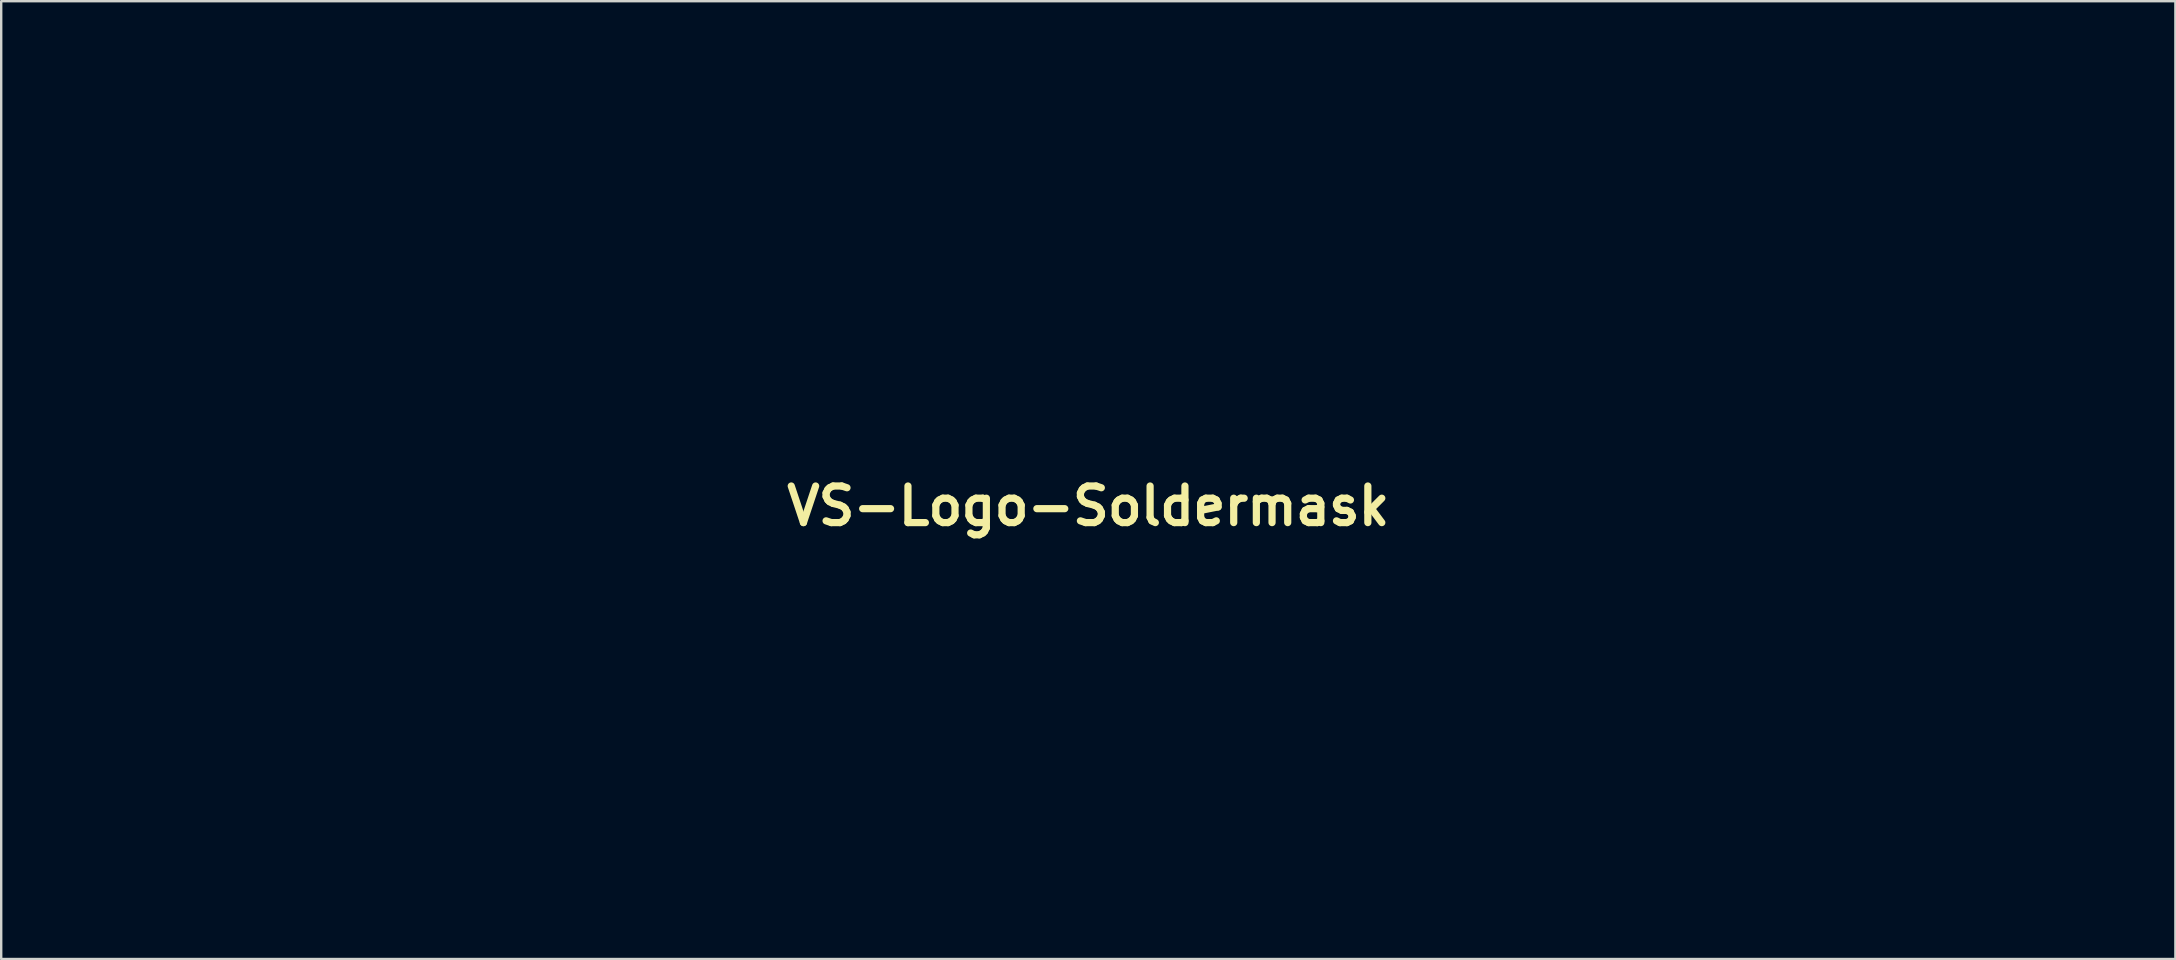
<source format=kicad_pcb>
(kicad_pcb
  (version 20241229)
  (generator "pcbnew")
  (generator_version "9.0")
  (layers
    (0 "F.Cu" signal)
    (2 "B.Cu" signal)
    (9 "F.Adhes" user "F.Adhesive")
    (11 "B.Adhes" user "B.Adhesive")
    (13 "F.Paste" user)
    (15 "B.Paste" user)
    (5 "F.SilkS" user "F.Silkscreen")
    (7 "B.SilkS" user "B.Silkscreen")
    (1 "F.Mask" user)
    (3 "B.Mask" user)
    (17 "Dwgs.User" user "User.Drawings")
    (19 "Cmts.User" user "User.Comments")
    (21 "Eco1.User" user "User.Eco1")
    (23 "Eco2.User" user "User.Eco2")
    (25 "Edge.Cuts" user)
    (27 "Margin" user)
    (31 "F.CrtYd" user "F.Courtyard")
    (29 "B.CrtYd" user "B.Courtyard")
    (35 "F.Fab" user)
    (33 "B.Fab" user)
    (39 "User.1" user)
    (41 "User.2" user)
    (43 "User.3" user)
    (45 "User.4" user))
  (footprint "VS-Logo-Soldermask"
    (layer "F.Cu")
    (at 42.287 18.032)
    (property "Reference" "VS-Logo-Soldermask" (at 0 0 0) (layer "F.SilkS") (effects (font (size 1.524 1.524) (thickness 0.3))))
    (attr through_hole)
    (fp_poly (pts (xy -22.975 13.574) (xy -23.148 14.518) (xy -23.539 15.461) (xy -23.934 15.791) (xy -24.233 15.497) (xy -24.342 14.659) (xy -24.185 13.616) (xy -23.797 13.175) (xy -23.179 13.11) (xy -22.975 13.574)) (stroke (width 0.01) (type solid)) (fill yes) (layer "F.Mask"))
    (fp_poly (pts (xy 20.417 13.574) (xy 20.244 14.518) (xy 19.853 15.461) (xy 19.458 15.791) (xy 19.158 15.497) (xy 19.05 14.659) (xy 19.206 13.616) (xy 19.594 13.175) (xy 20.213 13.11) (xy 20.417 13.574)) (stroke (width 0.01) (type solid)) (fill yes) (layer "F.Mask"))
    (fp_poly (pts (xy 28.56 4.875) (xy 28.741 5.551) (xy 28.67 5.909) (xy 28.249 6.307) (xy 27.663 6.245) (xy 27.298 5.838) (xy 27.282 5.089) (xy 27.754 4.63) (xy 28.029 4.586) (xy 28.56 4.875)) (stroke (width 0.01) (type solid)) (fill yes) (layer "F.Mask"))
    (fp_poly (pts (xy 32.792 6.114) (xy 33.086 6.749) (xy 32.954 7.306) (xy 32.331 7.947) (xy 31.666 7.893) (xy 31.246 7.56) (xy 30.805 6.841) (xy 31.052 6.203) (xy 31.5 5.852) (xy 32.192 5.743) (xy 32.792 6.114)) (stroke (width 0.01) (type solid)) (fill yes) (layer "F.Mask"))
    (fp_poly (pts (xy -0.643 13.117) (xy -0.567 13.435) (xy -0.785 14.193) (xy -0.841 14.356) (xy -1.274 15.309) (xy -1.693 15.765) (xy -2.005 15.674) (xy -2.117 15.051) (xy -1.951 13.788) (xy -1.451 13.144) (xy -1.039 13.053) (xy -0.643 13.117)) (stroke (width 0.01) (type solid)) (fill yes) (layer "F.Mask"))
    (fp_poly (pts (xy 29.603 9.751) (xy 30.054 10.323) (xy 30.041 11.055) (xy 29.784 11.441) (xy 29.306 11.889) (xy 28.971 11.905) (xy 28.428 11.53) (xy 27.96 10.865) (xy 28.025 10.15) (xy 28.566 9.657) (xy 28.819 9.592) (xy 29.603 9.751)) (stroke (width 0.01) (type solid)) (fill yes) (layer "F.Mask"))
    (fp_poly (pts (xy -28.928 13.152) (xy -29.206 14.165) (xy -29.945 14.746) (xy -30.998 14.825) (xy -31.838 14.548) (xy -32.587 13.966) (xy -32.808 13.086) (xy -32.808 13.034) (xy -32.774 12.439) (xy -32.556 12.13) (xy -31.981 12.013) (xy -30.874 11.994) (xy -28.928 11.994) (xy -28.928 13.152)) (stroke (width 0.01) (type solid)) (fill yes) (layer "F.Mask"))
    (fp_poly (pts (xy -9.865 7.945) (xy -8.117 9.726) (xy -6.869 11.1) (xy -6.085 12.124) (xy -5.733 12.852) (xy -5.776 13.34) (xy -6.182 13.642) (xy -6.282 13.679) (xy -6.671 13.491) (xy -7.464 12.878) (xy -8.572 11.915) (xy -9.905 10.681) (xy -11.137 9.487) (xy -15.531 5.143) (xy -14.107 3.719) (xy -9.865 7.945)) (stroke (width 0.01) (type solid)) (fill yes) (layer "F.Mask"))
    (fp_poly (pts (xy 12.456 5.745) (xy 12.625 6.086) (xy 12.478 6.689) (xy 11.898 6.983) (xy 11.121 6.876) (xy 10.894 6.758) (xy 9.96 6.352) (xy 9.393 6.543) (xy 9.176 7.34) (xy 9.172 7.514) (xy 9.289 8.444) (xy 9.571 9.076) (xy 9.581 9.087) (xy 9.798 9.576) (xy 9.537 10.039) (xy 9.046 10.49) (xy 8.819 10.583) (xy 8.4 10.343) (xy 8.101 10.039) (xy 7.837 9.473) (xy 8.058 9.087) (xy 8.326 8.486) (xy 8.462 7.53) (xy 8.467 7.327) (xy 8.521 6.475) (xy 8.787 5.974) (xy 9.417 5.715) (xy 10.564 5.586) (xy 10.923 5.563) (xy 11.944 5.559) (xy 12.456 5.745)) (stroke (width 0.01) (type solid)) (fill yes) (layer "F.Mask"))
    (fp_poly (pts (xy -12.2 0.456) (xy -11.994 0.682) (xy -12.284 1.047) (xy -12.644 1.217) (xy -13.264 1.667) (xy -13.773 2.387) (xy -14.317 3.276) (xy -15.02 4.183) (xy -15.717 4.914) (xy -16.24 5.279) (xy -16.311 5.292) (xy -16.726 5.535) (xy -17.333 6.128) (xy -17.398 6.203) (xy -17.95 6.794) (xy -18.304 6.886) (xy -18.718 6.522) (xy -18.795 6.437) (xy -19.197 5.904) (xy -19.095 5.506) (xy -18.7 5.118) (xy -18.17 4.502) (xy -17.992 4.074) (xy -17.74 3.594) (xy -17.101 2.854) (xy -16.248 2.021) (xy -15.352 1.265) (xy -14.587 0.753) (xy -14.575 0.747) (xy -13.738 0.462) (xy -12.862 0.363) (xy -12.2 0.456)) (stroke (width 0.01) (type solid)) (fill yes) (layer "F.Mask"))
    (fp_poly (pts (xy -7.159 0.755) (xy -7.245 1.022) (xy -7.53 1.351) (xy -8.026 2.221) (xy -7.994 2.966) (xy -7.541 3.426) (xy -6.776 3.441) (xy -6.269 3.206) (xy -5.594 2.92) (xy -5.376 3.144) (xy -5.644 3.825) (xy -5.789 4.058) (xy -6.557 4.791) (xy -7.4 5.166) (xy -8.384 5.577) (xy -9.209 6.213) (xy -9.89 6.862) (xy -10.369 6.983) (xy -10.888 6.591) (xy -11.118 6.344) (xy -11.505 5.85) (xy -11.499 5.454) (xy -11.054 4.896) (xy -10.82 4.649) (xy -10.2 3.825) (xy -9.887 3.062) (xy -9.878 2.953) (xy -9.588 2.138) (xy -8.89 1.336) (xy -8.038 0.798) (xy -7.596 0.706) (xy -7.159 0.755)) (stroke (width 0.01) (type solid)) (fill yes) (layer "F.Mask"))
    (fp_poly (pts (xy -18.481 -17.944) (xy -17.731 -17.918) (xy -16.315 -17.839) (xy -15.462 -17.711) (xy -15.03 -17.496) (xy -14.883 -17.198) (xy -14.96 -16.753) (xy -15.527 -16.589) (xy -15.841 -16.581) (xy -16.918 -16.581) (xy -17.014 -9.971) (xy -17.053 -7.645) (xy -17.1 -5.93) (xy -17.164 -4.732) (xy -17.256 -3.958) (xy -17.386 -3.512) (xy -17.563 -3.302) (xy -17.727 -3.242) (xy -17.942 -3.247) (xy -18.1 -3.419) (xy -18.211 -3.846) (xy -18.282 -4.62) (xy -18.322 -5.831) (xy -18.34 -7.57) (xy -18.344 -9.852) (xy -18.344 -16.581) (xy -19.403 -16.581) (xy -20.175 -16.689) (xy -20.449 -17.1) (xy -20.461 -17.301) (xy -20.41 -17.662) (xy -20.159 -17.867) (xy -19.564 -17.951) (xy -18.481 -17.944)) (stroke (width 0.01) (type solid)) (fill yes) (layer "F.Mask"))
    (fp_poly (pts (xy 39.949 -17.92) (xy 41.21 -17.821) (xy 41.918 -17.642) (xy 42.227 -17.337) (xy 42.267 -17.198) (xy 42.233 -16.829) (xy 41.845 -16.643) (xy 40.949 -16.583) (xy 40.595 -16.581) (xy 38.806 -16.581) (xy 38.806 -11.289) (xy 40.393 -11.289) (xy 41.385 -11.243) (xy 41.854 -11.051) (xy 41.98 -10.634) (xy 41.981 -10.583) (xy 41.877 -10.142) (xy 41.445 -9.934) (xy 40.507 -9.878) (xy 40.393 -9.878) (xy 38.806 -9.878) (xy 38.806 -4.586) (xy 40.595 -4.586) (xy 41.657 -4.55) (xy 42.168 -4.404) (xy 42.284 -4.091) (xy 42.267 -3.969) (xy 42.059 -3.61) (xy 41.502 -3.395) (xy 40.443 -3.274) (xy 39.949 -3.246) (xy 37.747 -3.141) (xy 37.747 -18.025) (xy 39.949 -17.92)) (stroke (width 0.01) (type solid)) (fill yes) (layer "F.Mask"))
    (fp_poly (pts (xy -11.982 8.954) (xy -13.223 10.224) (xy -13.949 11.105) (xy -14.396 11.913) (xy -14.464 12.219) (xy -14.763 13.153) (xy -15.515 13.795) (xy -16.501 14.071) (xy -17.501 13.906) (xy -18.113 13.466) (xy -18.615 12.487) (xy -18.606 12.132) (xy -18.088 12.132) (xy -17.776 12.744) (xy -17.55 12.985) (xy -16.697 13.452) (xy -15.856 13.247) (xy -15.332 12.678) (xy -15.234 12.077) (xy -15.319 11.445) (xy -15.777 10.765) (xy -16.53 10.535) (xy -17.326 10.757) (xy -17.905 11.417) (xy -18.088 12.132) (xy -18.606 12.132) (xy -18.588 11.439) (xy -18.114 10.529) (xy -17.275 9.966) (xy -16.71 9.878) (xy -16.063 9.636) (xy -15.22 9.024) (xy -14.818 8.645) (xy -13.623 7.412) (xy -11.982 8.954)) (stroke (width 0.01) (type solid)) (fill yes) (layer "F.Mask"))
    (fp_poly (pts (xy 11.641 0.271) (xy 11.684 0.297) (xy 12.413 0.538) (xy 13.52 0.685) (xy 14.114 0.706) (xy 15.891 0.706) (xy 15.795 6.967) (xy 15.699 13.229) (xy 13.758 13.338) (xy 12.62 13.455) (xy 11.769 13.64) (xy 11.483 13.779) (xy 10.802 14.098) (xy 10.185 13.865) (xy 10.004 13.577) (xy 10.006 12.842) (xy 10.462 12.341) (xy 11.148 12.288) (xy 11.303 12.355) (xy 12.067 12.579) (xy 13.14 12.695) (xy 13.382 12.7) (xy 14.817 12.7) (xy 14.817 1.058) (xy 13.577 1.058) (xy 12.535 1.173) (xy 11.711 1.451) (xy 11.684 1.467) (xy 10.876 1.704) (xy 10.189 1.494) (xy 9.879 0.922) (xy 9.878 0.882) (xy 10.16 0.292) (xy 10.833 0.061) (xy 11.641 0.271)) (stroke (width 0.01) (type solid)) (fill yes) (layer "F.Mask"))
    (fp_poly (pts (xy 19.018 -17.834) (xy 19.619 -17.435) (xy 19.946 -16.656) (xy 20.081 -15.39) (xy 20.108 -13.529) (xy 20.108 -13.464) (xy 20.065 -11.431) (xy 19.939 -10.034) (xy 19.731 -9.302) (xy 19.685 -9.243) (xy 19.099 -8.99) (xy 18.103 -8.839) (xy 17.583 -8.819) (xy 15.905 -8.819) (xy 15.802 -6.089) (xy 15.723 -4.676) (xy 15.596 -3.824) (xy 15.382 -3.392) (xy 15.074 -3.24) (xy 14.866 -3.241) (xy 14.712 -3.393) (xy 14.606 -3.784) (xy 14.541 -4.5) (xy 14.511 -5.627) (xy 14.511 -7.254) (xy 14.532 -9.466) (xy 14.545 -10.468) (xy 14.624 -16.581) (xy 15.875 -16.581) (xy 15.875 -10.231) (xy 18.697 -10.231) (xy 18.697 -16.581) (xy 15.875 -16.581) (xy 14.624 -16.581) (xy 14.64 -17.815) (xy 16.66 -17.921) (xy 18.059 -17.96) (xy 19.018 -17.834)) (stroke (width 0.01) (type solid)) (fill yes) (layer "F.Mask"))
    (fp_poly (pts (xy -30.835 -17.784) (xy -30.109 -17.663) (xy -29.775 -17.411) (xy -29.7 -17.198) (xy -29.734 -16.829) (xy -30.121 -16.643) (xy -31.016 -16.583) (xy -31.371 -16.581) (xy -33.161 -16.581) (xy -33.161 -11.329) (xy -31.662 -11.221) (xy -30.555 -11.008) (xy -30.104 -10.655) (xy -30.31 -10.28) (xy -31.174 -10.001) (xy -31.662 -9.946) (xy -33.161 -9.837) (xy -33.161 -4.586) (xy -31.371 -4.586) (xy -30.31 -4.55) (xy -29.798 -4.404) (xy -29.682 -4.091) (xy -29.699 -3.969) (xy -29.907 -3.611) (xy -30.464 -3.395) (xy -31.521 -3.274) (xy -32.023 -3.246) (xy -33.383 -3.236) (xy -34.151 -3.375) (xy -34.408 -3.609) (xy -34.459 -4.094) (xy -34.495 -5.168) (xy -34.513 -6.713) (xy -34.514 -8.613) (xy -34.495 -10.75) (xy -34.492 -10.947) (xy -34.396 -17.815) (xy -32.108 -17.815) (xy -30.835 -17.784)) (stroke (width 0.01) (type solid)) (fill yes) (layer "F.Mask"))
    (fp_poly (pts (xy 32.456 -17.992) (xy 33.872 -17.895) (xy 34.729 -17.524) (xy 35.154 -16.757) (xy 35.277 -15.473) (xy 35.278 -15.333) (xy 35.23 -14.168) (xy 35.061 -13.569) (xy 34.749 -13.406) (xy 34.4 -13.613) (xy 34.241 -14.32) (xy 34.219 -14.993) (xy 34.219 -16.581) (xy 31.044 -16.581) (xy 31.044 -4.586) (xy 34.219 -4.586) (xy 34.219 -6.35) (xy 34.276 -7.459) (xy 34.472 -8.001) (xy 34.749 -8.114) (xy 35.068 -7.803) (xy 35.26 -7.015) (xy 35.327 -5.967) (xy 35.27 -4.875) (xy 35.09 -3.956) (xy 34.788 -3.427) (xy 34.72 -3.389) (xy 33.88 -3.222) (xy 32.733 -3.174) (xy 31.537 -3.233) (xy 30.55 -3.388) (xy 30.057 -3.598) (xy 29.889 -4.035) (xy 29.767 -4.996) (xy 29.685 -6.531) (xy 29.642 -8.688) (xy 29.633 -10.641) (xy 29.637 -13.093) (xy 29.67 -14.928) (xy 29.767 -16.236) (xy 29.963 -17.106) (xy 30.291 -17.628) (xy 30.785 -17.89) (xy 31.481 -17.981) (xy 32.412 -17.992) (xy 32.456 -17.992)) (stroke (width 0.01) (type solid)) (fill yes) (layer "F.Mask"))
    (fp_poly (pts (xy -10.407 -17.992) (xy -9.419 -17.986) (xy -8.675 -17.911) (xy -8.142 -17.677) (xy -7.785 -17.198) (xy -7.567 -16.386) (xy -7.455 -15.152) (xy -7.414 -13.409) (xy -7.408 -11.068) (xy -7.408 -10.432) (xy -7.415 -8.04) (xy -7.44 -6.261) (xy -7.49 -5.004) (xy -7.572 -4.177) (xy -7.695 -3.688) (xy -7.865 -3.445) (xy -7.966 -3.389) (xy -8.785 -3.228) (xy -9.937 -3.173) (xy -11.175 -3.216) (xy -12.253 -3.346) (xy -12.922 -3.551) (xy -12.982 -3.598) (xy -13.149 -4.035) (xy -13.22 -4.586) (xy -11.994 -4.586) (xy -10.319 -4.586) (xy -8.643 -4.586) (xy -8.712 -10.495) (xy -8.78 -16.404) (xy -10.387 -16.512) (xy -11.994 -16.619) (xy -11.994 -4.586) (xy -13.22 -4.586) (xy -13.272 -4.996) (xy -13.354 -6.531) (xy -13.397 -8.688) (xy -13.406 -10.641) (xy -13.403 -13.093) (xy -13.37 -14.929) (xy -13.272 -16.237) (xy -13.07 -17.108) (xy -12.73 -17.629) (xy -12.215 -17.891) (xy -11.488 -17.982) (xy -10.513 -17.992) (xy -10.407 -17.992)) (stroke (width 0.01) (type solid)) (fill yes) (layer "F.Mask"))
    (fp_poly (pts (xy 9.083 12.434) (xy 9.371 13.029) (xy 9.324 13.519) (xy 8.845 13.992) (xy 8.145 14.092) (xy 7.592 13.769) (xy 7.585 13.758) (xy 7.127 13.543) (xy 6.234 13.418) (xy 5.821 13.406) (xy 4.83 13.48) (xy 4.169 13.666) (xy 4.057 13.758) (xy 3.521 14.095) (xy 2.893 13.941) (xy 2.587 13.555) (xy 2.591 13.386) (xy 2.978 13.386) (xy 3.067 13.533) (xy 3.579 13.747) (xy 3.87 13.37) (xy 3.881 13.229) (xy 8.114 13.229) (xy 8.304 13.699) (xy 8.467 13.758) (xy 8.78 13.473) (xy 8.819 13.229) (xy 8.629 12.76) (xy 8.467 12.7) (xy 8.154 12.986) (xy 8.114 13.229) (xy 3.881 13.229) (xy 3.701 12.76) (xy 3.549 12.7) (xy 3.088 12.933) (xy 2.978 13.386) (xy 2.591 13.386) (xy 2.602 12.905) (xy 2.992 12.357) (xy 3.542 12.115) (xy 3.949 12.274) (xy 4.54 12.532) (xy 5.533 12.683) (xy 5.997 12.7) (xy 7.068 12.612) (xy 7.865 12.392) (xy 8.046 12.274) (xy 8.572 12.115) (xy 9.083 12.434)) (stroke (width 0.01) (type solid)) (fill yes) (layer "F.Mask"))
    (fp_poly (pts (xy -36.463 -17.883) (xy -36.447 -17.479) (xy -36.541 -16.487) (xy -36.73 -15.015) (xy -37 -13.169) (xy -37.337 -11.058) (xy -37.43 -10.502) (xy -37.86 -8.011) (xy -38.21 -6.139) (xy -38.499 -4.807) (xy -38.746 -3.935) (xy -38.972 -3.443) (xy -39.195 -3.253) (xy -39.217 -3.248) (xy -39.734 -3.438) (xy -40.001 -4.126) (xy -40.147 -4.897) (xy -40.384 -6.203) (xy -40.683 -7.886) (xy -41.016 -9.784) (xy -41.356 -11.737) (xy -41.674 -13.586) (xy -41.943 -15.171) (xy -42.135 -16.332) (xy -42.166 -16.525) (xy -42.282 -17.47) (xy -42.203 -17.89) (xy -41.879 -17.954) (xy -41.753 -17.934) (xy -41.493 -17.801) (xy -41.268 -17.445) (xy -41.052 -16.77) (xy -40.819 -15.678) (xy -40.545 -14.071) (xy -40.239 -12.087) (xy -39.946 -10.188) (xy -39.681 -8.569) (xy -39.464 -7.344) (xy -39.315 -6.625) (xy -39.26 -6.483) (xy -39.168 -6.855) (xy -38.991 -7.801) (xy -38.75 -9.2) (xy -38.467 -10.93) (xy -38.301 -11.982) (xy -37.902 -14.38) (xy -37.549 -16.128) (xy -37.228 -17.278) (xy -36.921 -17.88) (xy -36.613 -17.988) (xy -36.463 -17.883)) (stroke (width 0.01) (type solid)) (fill yes) (layer "F.Mask"))
    (fp_poly (pts (xy -23.318 -17.754) (xy -22.656 -17.442) (xy -22.157 -16.937) (xy -21.923 -16.185) (xy -21.872 -15.149) (xy -21.91 -14.099) (xy -22.071 -13.578) (xy -22.426 -13.412) (xy -22.578 -13.406) (xy -23.019 -13.509) (xy -23.227 -13.941) (xy -23.283 -14.879) (xy -23.283 -14.993) (xy -23.283 -16.581) (xy -26.458 -16.581) (xy -26.458 -4.586) (xy -23.283 -4.586) (xy -23.283 -6.376) (xy -23.247 -7.437) (xy -23.101 -7.949) (xy -22.788 -8.065) (xy -22.666 -8.048) (xy -22.241 -7.647) (xy -21.978 -6.793) (xy -21.892 -5.721) (xy -21.996 -4.669) (xy -22.305 -3.872) (xy -22.41 -3.746) (xy -23.127 -3.402) (xy -24.261 -3.213) (xy -25.538 -3.19) (xy -26.684 -3.343) (xy -27.252 -3.556) (xy -27.472 -3.747) (xy -27.633 -4.091) (xy -27.744 -4.689) (xy -27.814 -5.638) (xy -27.852 -7.038) (xy -27.868 -8.987) (xy -27.869 -10.404) (xy -27.866 -12.694) (xy -27.849 -14.381) (xy -27.806 -15.569) (xy -27.726 -16.362) (xy -27.598 -16.862) (xy -27.409 -17.172) (xy -27.149 -17.397) (xy -27.085 -17.442) (xy -26 -17.864) (xy -24.629 -17.968) (xy -23.318 -17.754)) (stroke (width 0.01) (type solid)) (fill yes) (layer "F.Mask"))
    (fp_poly (pts (xy -1.251 -17.952) (xy -0.274 -17.754) (xy 0.308 -17.282) (xy 0.589 -16.419) (xy 0.658 -15.049) (xy 0.632 -13.753) (xy 0.578 -12.201) (xy 0.504 -11.218) (xy 0.368 -10.668) (xy 0.128 -10.413) (xy -0.257 -10.317) (xy -0.422 -10.297) (xy -1.373 -10.187) (xy -0.214 -6.86) (xy 0.332 -5.249) (xy 0.639 -4.187) (xy 0.718 -3.562) (xy 0.58 -3.262) (xy 0.236 -3.176) (xy 0.16 -3.175) (xy -0.083 -3.483) (xy -0.486 -4.302) (xy -0.987 -5.472) (xy -1.525 -6.833) (xy -2.038 -8.225) (xy -2.466 -9.489) (xy -2.746 -10.465) (xy -2.822 -10.93) (xy -2.516 -11.182) (xy -1.777 -11.289) (xy -1.764 -11.289) (xy -0.706 -11.289) (xy -0.706 -16.621) (xy -2.205 -16.513) (xy -3.704 -16.404) (xy -3.8 -9.79) (xy -3.842 -7.433) (xy -3.895 -5.694) (xy -3.967 -4.487) (xy -4.066 -3.723) (xy -4.201 -3.316) (xy -4.379 -3.178) (xy -4.418 -3.175) (xy -4.594 -3.264) (xy -4.726 -3.587) (xy -4.821 -4.228) (xy -4.884 -5.269) (xy -4.92 -6.795) (xy -4.936 -8.889) (xy -4.939 -10.583) (xy -4.939 -17.992) (xy -2.713 -17.992) (xy -1.251 -17.952)) (stroke (width 0.01) (type solid)) (fill yes) (layer "F.Mask"))
    (fp_poly (pts (xy -37.535 -0.612) (xy -37.076 -0.313) (xy -37.042 -0.176) (xy -37.331 0.267) (xy -37.677 0.353) (xy -38.392 0.513) (xy -38.847 1.061) (xy -39.088 2.099) (xy -39.158 3.73) (xy -39.158 3.732) (xy -39.212 5.263) (xy -39.389 6.219) (xy -39.696 6.71) (xy -40.051 7.119) (xy -39.875 7.545) (xy -39.696 7.751) (xy -39.387 8.365) (xy -39.214 9.439) (xy -39.158 11.09) (xy -39.158 11.158) (xy -39.101 12.854) (xy -38.902 13.957) (xy -38.518 14.573) (xy -37.906 14.806) (xy -37.677 14.817) (xy -37.144 15.058) (xy -37.042 15.346) (xy -37.336 15.723) (xy -38.052 15.865) (xy -38.943 15.758) (xy -39.599 15.494) (xy -39.905 15.202) (xy -40.092 14.665) (xy -40.187 13.734) (xy -40.216 12.264) (xy -40.217 12.038) (xy -40.233 10.521) (xy -40.31 9.53) (xy -40.486 8.887) (xy -40.804 8.412) (xy -41.102 8.11) (xy -41.988 7.278) (xy -41.102 6.354) (xy -40.638 5.789) (xy -40.371 5.163) (xy -40.248 4.266) (xy -40.217 2.888) (xy -40.217 2.785) (xy -40.159 1.29) (xy -40 0.207) (xy -39.793 -0.282) (xy -39.162 -0.606) (xy -38.319 -0.713) (xy -37.535 -0.612)) (stroke (width 0.01) (type solid)) (fill yes) (layer "F.Mask"))
    (fp_poly (pts (xy 7.701 7.321) (xy 7.922 7.96) (xy 7.734 8.499) (xy 7.493 9.216) (xy 7.414 9.966) (xy 7.441 10.487) (xy 7.638 10.777) (xy 8.162 10.904) (xy 9.173 10.935) (xy 9.706 10.936) (xy 11.014 10.872) (xy 12.116 10.703) (xy 12.696 10.504) (xy 13.362 10.254) (xy 13.796 10.48) (xy 14.05 11.106) (xy 13.808 11.69) (xy 13.207 11.927) (xy 13.152 11.923) (xy 12.517 11.875) (xy 11.392 11.813) (xy 9.992 11.748) (xy 9.613 11.732) (xy 6.703 11.613) (xy 6.703 11.113) (xy 12.7 11.113) (xy 12.879 11.552) (xy 13.079 11.574) (xy 13.444 11.21) (xy 13.458 11.113) (xy 13.184 10.699) (xy 13.079 10.651) (xy 12.758 10.821) (xy 12.7 11.113) (xy 6.703 11.113) (xy 6.703 10.287) (xy 6.603 9.311) (xy 6.356 8.626) (xy 6.303 8.561) (xy 6.121 8.094) (xy 6.505 8.094) (xy 6.595 8.241) (xy 7.107 8.456) (xy 7.398 8.078) (xy 7.408 7.938) (xy 7.229 7.468) (xy 7.076 7.408) (xy 6.616 7.642) (xy 6.505 8.094) (xy 6.121 8.094) (xy 6.056 7.928) (xy 6.33 7.329) (xy 6.989 7.056) (xy 7.007 7.056) (xy 7.701 7.321)) (stroke (width 0.01) (type solid)) (fill yes) (layer "F.Mask"))
    (fp_poly (pts (xy 38.931 -0.592) (xy 39.614 -0.18) (xy 40.012 0.64) (xy 40.189 1.977) (xy 40.217 3.188) (xy 40.239 4.619) (xy 40.329 5.508) (xy 40.525 6.02) (xy 40.862 6.316) (xy 40.922 6.35) (xy 41.483 6.833) (xy 41.628 7.19) (xy 41.386 7.755) (xy 40.922 8.29) (xy 40.562 8.724) (xy 40.347 9.335) (xy 40.244 10.298) (xy 40.217 11.787) (xy 40.217 11.818) (xy 40.187 13.344) (xy 40.076 14.333) (xy 39.855 14.95) (xy 39.572 15.291) (xy 38.85 15.69) (xy 37.971 15.866) (xy 37.181 15.811) (xy 36.724 15.52) (xy 36.689 15.369) (xy 37 14.955) (xy 37.659 14.752) (xy 38.127 14.671) (xy 38.423 14.465) (xy 38.6 13.989) (xy 38.709 13.101) (xy 38.802 11.658) (xy 38.806 11.589) (xy 38.954 9.852) (xy 39.178 8.69) (xy 39.505 7.974) (xy 39.602 7.854) (xy 40.013 7.314) (xy 39.912 6.918) (xy 39.528 6.542) (xy 39.146 6.046) (xy 38.909 5.292) (xy 38.775 4.104) (xy 38.731 3.221) (xy 38.669 1.86) (xy 38.569 1.05) (xy 38.375 0.638) (xy 38.027 0.471) (xy 37.659 0.418) (xy 36.866 0.167) (xy 36.674 -0.216) (xy 37.048 -0.563) (xy 37.898 -0.706) (xy 38.931 -0.592)) (stroke (width 0.01) (type solid)) (fill yes) (layer "F.Mask"))
    (fp_poly (pts (xy 7.636 3.724) (xy 7.762 3.799) (xy 8.462 4.018) (xy 9.638 4.172) (xy 11.06 4.233) (xy 11.108 4.233) (xy 13.758 4.233) (xy 13.758 6.703) (xy 13.74 7.999) (xy 13.656 8.741) (xy 13.462 9.081) (xy 13.111 9.171) (xy 13.03 9.172) (xy 12.115 9.321) (xy 11.707 9.477) (xy 10.983 9.662) (xy 10.672 9.624) (xy 10.291 9.185) (xy 10.287 8.793) (xy 10.651 8.793) (xy 10.821 9.115) (xy 11.113 9.172) (xy 11.552 8.993) (xy 11.574 8.793) (xy 11.21 8.429) (xy 11.113 8.414) (xy 10.699 8.688) (xy 10.651 8.793) (xy 10.287 8.793) (xy 10.285 8.514) (xy 10.63 7.963) (xy 10.783 7.88) (xy 11.479 7.903) (xy 11.736 8.067) (xy 12.388 8.494) (xy 12.819 8.252) (xy 13.03 7.339) (xy 13.053 6.703) (xy 13.053 4.939) (xy 10.737 4.939) (xy 9.417 4.996) (xy 8.298 5.146) (xy 7.697 5.326) (xy 6.991 5.515) (xy 6.41 5.15) (xy 6.041 4.671) (xy 6.072 4.586) (xy 6.703 4.586) (xy 6.989 4.899) (xy 7.232 4.939) (xy 7.701 4.748) (xy 7.761 4.586) (xy 7.475 4.273) (xy 7.232 4.233) (xy 6.762 4.424) (xy 6.703 4.586) (xy 6.072 4.586) (xy 6.195 4.254) (xy 6.456 3.976) (xy 7.039 3.571) (xy 7.636 3.724)) (stroke (width 0.01) (type solid)) (fill yes) (layer "F.Mask"))
    (fp_poly (pts (xy 25.226 -17.931) (xy 25.347 -17.536) (xy 25.553 -16.576) (xy 25.823 -15.178) (xy 26.136 -13.467) (xy 26.471 -11.568) (xy 26.805 -9.607) (xy 27.118 -7.709) (xy 27.388 -6.001) (xy 27.593 -4.607) (xy 27.713 -3.654) (xy 27.726 -3.266) (xy 27.725 -3.265) (xy 27.25 -3.173) (xy 26.758 -3.549) (xy 26.471 -4.197) (xy 26.458 -4.37) (xy 26.339 -5.517) (xy 25.898 -6.127) (xy 25.008 -6.342) (xy 24.677 -6.35) (xy 23.818 -6.304) (xy 23.376 -6.038) (xy 23.133 -5.355) (xy 23.034 -4.878) (xy 22.702 -3.78) (xy 22.279 -3.245) (xy 21.823 -3.342) (xy 21.812 -3.353) (xy 21.806 -3.747) (xy 21.913 -4.716) (xy 22.115 -6.139) (xy 22.396 -7.898) (xy 22.52 -8.617) (xy 23.7 -8.617) (xy 23.738 -8.06) (xy 23.951 -7.817) (xy 24.369 -7.76) (xy 24.805 -7.761) (xy 25.973 -7.761) (xy 25.524 -10.319) (xy 25.295 -11.748) (xy 25.125 -13.045) (xy 25.051 -13.93) (xy 25.05 -13.935) (xy 24.977 -14.598) (xy 24.821 -14.631) (xy 24.606 -14.097) (xy 24.356 -13.062) (xy 24.095 -11.593) (xy 24.034 -11.186) (xy 23.808 -9.616) (xy 23.7 -8.617) (xy 22.52 -8.617) (xy 22.632 -9.269) (xy 22.992 -11.306) (xy 23.324 -13.199) (xy 23.602 -14.796) (xy 23.799 -15.943) (xy 23.867 -16.346) (xy 24.161 -17.29) (xy 24.609 -17.901) (xy 25.081 -18.027) (xy 25.226 -17.931)) (stroke (width 0.01) (type solid)) (fill yes) (layer "F.Mask"))
    (fp_poly (pts (xy 10.893 -17.806) (xy 11.82 -17.203) (xy 12.273 -16.116) (xy 12.347 -15.149) (xy 12.309 -14.099) (xy 12.148 -13.578) (xy 11.794 -13.412) (xy 11.642 -13.406) (xy 11.201 -13.509) (xy 10.992 -13.941) (xy 10.936 -14.879) (xy 10.936 -14.993) (xy 10.936 -16.581) (xy 7.761 -16.581) (xy 7.761 -15.123) (xy 7.816 -14.379) (xy 8.035 -13.679) (xy 8.502 -12.869) (xy 9.302 -11.792) (xy 10.054 -10.858) (xy 11.088 -9.575) (xy 11.752 -8.662) (xy 12.129 -7.945) (xy 12.3 -7.249) (xy 12.346 -6.402) (xy 12.347 -5.978) (xy 12.302 -4.739) (xy 12.133 -4.014) (xy 11.786 -3.612) (xy 11.665 -3.54) (xy 10.901 -3.336) (xy 9.743 -3.225) (xy 8.495 -3.216) (xy 7.465 -3.32) (xy 7.144 -3.409) (xy 6.869 -3.835) (xy 6.713 -4.696) (xy 6.669 -5.773) (xy 6.735 -6.847) (xy 6.906 -7.697) (xy 7.178 -8.105) (xy 7.232 -8.114) (xy 7.565 -7.925) (xy 7.727 -7.271) (xy 7.761 -6.35) (xy 7.761 -4.586) (xy 10.936 -4.586) (xy 10.936 -6.203) (xy 10.892 -7.028) (xy 10.701 -7.738) (xy 10.274 -8.509) (xy 9.523 -9.516) (xy 8.819 -10.379) (xy 7.831 -11.593) (xy 7.211 -12.457) (xy 6.874 -13.165) (xy 6.733 -13.906) (xy 6.703 -14.872) (xy 6.703 -15.1) (xy 6.791 -16.535) (xy 7.137 -17.407) (xy 7.863 -17.848) (xy 9.092 -17.988) (xy 9.423 -17.992) (xy 10.893 -17.806)) (stroke (width 0.01) (type solid)) (fill yes) (layer "F.Mask"))
    (fp_poly (pts (xy -29.943 1.521) (xy -28.593 2.067) (xy -28.261 2.314) (xy -27.313 3.415) (xy -26.94 4.694) (xy -27.132 6.25) (xy -27.632 7.642) (xy -28.142 8.903) (xy -28.551 10.047) (xy -28.73 10.672) (xy -29.047 11.375) (xy -29.464 11.642) (xy -29.78 11.331) (xy -29.951 10.539) (xy -29.978 9.475) (xy -29.862 8.346) (xy -29.602 7.363) (xy -29.457 7.056) (xy -29.089 6.362) (xy -28.941 5.997) (xy -29.254 5.901) (xy -30.072 5.837) (xy -30.869 5.821) (xy -31.929 5.85) (xy -32.629 5.925) (xy -32.797 5.997) (xy -32.6 6.383) (xy -32.268 6.858) (xy -31.885 7.301) (xy -31.758 7.176) (xy -31.75 6.947) (xy -31.524 6.5) (xy -30.765 6.351) (xy -30.654 6.35) (xy -29.919 6.413) (xy -29.741 6.676) (xy -29.839 6.967) (xy -30.018 7.651) (xy -30.181 8.754) (xy -30.261 9.613) (xy -30.412 10.82) (xy -30.624 11.486) (xy -30.839 11.573) (xy -31 11.043) (xy -31.05 10.142) (xy -31.118 9.097) (xy -31.282 8.322) (xy -31.345 8.187) (xy -31.475 8.243) (xy -31.514 8.866) (xy -31.472 9.686) (xy -31.405 10.807) (xy -31.473 11.394) (xy -31.718 11.612) (xy -31.971 11.633) (xy -32.407 11.44) (xy -32.835 10.801) (xy -33.323 9.605) (xy -33.447 9.252) (xy -34.029 7.537) (xy -34.408 6.341) (xy -34.611 5.516) (xy -34.667 4.916) (xy -34.607 4.394) (xy -34.501 3.955) (xy -33.851 2.75) (xy -32.754 1.91) (xy -31.39 1.484) (xy -29.943 1.521)) (stroke (width 0.01) (type solid)) (fill yes) (layer "F.Mask"))
    (fp_poly (pts (xy 9.329 0.321) (xy 9.39 0.896) (xy 9.312 1.203) (xy 8.835 1.655) (xy 8.133 1.741) (xy 7.586 1.414) (xy 7.585 1.411) (xy 7.133 1.206) (xy 6.225 1.079) (xy 5.624 1.058) (xy 3.881 1.058) (xy 3.881 4.742) (xy 3.92 6.567) (xy 4.023 7.83) (xy 4.166 8.505) (xy 4.327 8.567) (xy 4.481 7.992) (xy 4.606 6.756) (xy 4.661 5.569) (xy 4.763 2.293) (xy 8.29 2.19) (xy 9.923 2.138) (xy 11.4 2.083) (xy 12.505 2.035) (xy 12.876 2.013) (xy 13.64 2.057) (xy 13.917 2.41) (xy 13.935 2.646) (xy 13.898 2.94) (xy 13.711 3.133) (xy 13.257 3.242) (xy 12.422 3.281) (xy 11.088 3.266) (xy 9.613 3.226) (xy 5.292 3.101) (xy 5.292 6.595) (xy 5.333 8.348) (xy 5.449 9.651) (xy 5.628 10.393) (xy 5.691 10.489) (xy 5.931 11.13) (xy 5.879 11.442) (xy 5.403 11.898) (xy 4.716 11.952) (xy 4.171 11.598) (xy 4.11 11.477) (xy 4.114 10.909) (xy 4.249 10.75) (xy 4.552 10.253) (xy 4.586 9.99) (xy 4.497 9.632) (xy 4.12 9.827) (xy 4.039 9.892) (xy 3.521 10.15) (xy 3.005 9.856) (xy 2.9 9.754) (xy 2.508 9.175) (xy 2.541 9.058) (xy 2.972 9.058) (xy 3.254 9.441) (xy 3.549 9.525) (xy 3.874 9.288) (xy 3.881 9.231) (xy 3.65 8.72) (xy 3.173 8.649) (xy 3.12 8.677) (xy 2.972 9.058) (xy 2.541 9.058) (xy 2.681 8.564) (xy 2.741 8.466) (xy 2.962 7.728) (xy 3.11 6.401) (xy 3.173 4.601) (xy 3.175 4.238) (xy 3.175 1.039) (xy 7.917 1.039) (xy 8.006 1.186) (xy 8.518 1.4) (xy 8.809 1.023) (xy 8.819 0.882) (xy 8.64 0.412) (xy 8.487 0.353) (xy 8.027 0.586) (xy 7.917 1.039) (xy 3.175 1.039) (xy 3.175 0.706) (xy 5.271 0.706) (xy 6.426 0.65) (xy 7.275 0.508) (xy 7.585 0.353) (xy 8.104 0.052) (xy 8.829 0.042) (xy 9.329 0.321)) (stroke (width 0.01) (type solid)) (fill yes) (layer "F.Mask"))
    (fp_poly (pts (xy 33.451 3.418) (xy 34.82 4.892) (xy 35.753 5.935) (xy 36.303 6.624) (xy 36.523 7.036) (xy 36.466 7.249) (xy 36.185 7.339) (xy 36.148 7.344) (xy 35.735 7.427) (xy 35.478 7.642) (xy 35.342 8.131) (xy 35.288 9.033) (xy 35.278 10.491) (xy 35.278 10.607) (xy 35.278 13.758) (xy 24.342 13.758) (xy 24.342 9.967) (xy 26.552 9.967) (xy 26.744 10.304) (xy 26.957 10.824) (xy 26.76 11.175) (xy 26.585 11.554) (xy 26.944 11.642) (xy 27.439 11.924) (xy 27.517 12.209) (xy 27.734 12.609) (xy 28.046 12.572) (xy 28.5 12.565) (xy 28.575 12.711) (xy 28.802 13.029) (xy 29.248 12.929) (xy 29.447 12.715) (xy 29.906 12.523) (xy 30.174 12.577) (xy 30.617 12.508) (xy 30.692 12.209) (xy 30.842 11.715) (xy 30.986 11.642) (xy 31.193 11.335) (xy 31.28 10.599) (xy 31.196 9.925) (xy 30.995 9.733) (xy 30.986 9.738) (xy 30.733 9.624) (xy 30.692 9.369) (xy 30.397 8.916) (xy 29.986 8.819) (xy 29.413 8.654) (xy 29.281 8.423) (xy 29.12 8.228) (xy 28.767 8.454) (xy 28.167 8.707) (xy 27.885 8.653) (xy 27.564 8.716) (xy 27.517 8.937) (xy 27.229 9.487) (xy 26.929 9.675) (xy 26.552 9.967) (xy 24.342 9.967) (xy 24.342 7.408) (xy 22.446 7.408) (xy 23.394 6.419) (xy 23.936 5.752) (xy 24.057 5.45) (xy 26.27 5.45) (xy 26.565 6.321) (xy 26.933 6.833) (xy 27.176 6.871) (xy 27.592 6.945) (xy 27.713 7.087) (xy 28.029 7.26) (xy 28.261 7.005) (xy 28.364 6.898) (xy 29.811 6.898) (xy 29.975 7.786) (xy 30.318 8.369) (xy 30.556 8.467) (xy 30.999 8.638) (xy 31.044 8.761) (xy 31.351 8.968) (xy 32.087 9.055) (xy 32.762 8.971) (xy 32.953 8.77) (xy 32.948 8.761) (xy 33.09 8.53) (xy 33.514 8.467) (xy 34.02 8.331) (xy 34.034 8.098) (xy 34.033 7.549) (xy 34.206 7.248) (xy 34.402 6.724) (xy 34.252 6.546) (xy 34.045 6.078) (xy 34.096 5.81) (xy 34.027 5.367) (xy 33.728 5.292) (xy 33.234 5.142) (xy 33.161 4.998) (xy 32.854 4.791) (xy 32.115 4.704) (xy 32.103 4.704) (xy 31.359 4.789) (xy 31.045 4.994) (xy 31.044 4.998) (xy 30.761 5.264) (xy 30.556 5.292) (xy 30.076 5.586) (xy 29.893 5.962) (xy 29.811 6.898) (xy 28.364 6.898) (xy 28.521 6.736) (xy 28.57 6.816) (xy 28.767 6.855) (xy 29.029 6.64) (xy 29.381 6.03) (xy 29.531 5.301) (xy 29.452 4.734) (xy 29.238 4.586) (xy 29.064 4.362) (xy 29.141 4.173) (xy 29.158 3.908) (xy 28.809 3.986) (xy 28.32 4.003) (xy 28.222 3.826) (xy 28.03 3.663) (xy 27.693 3.881) (xy 27.267 4.117) (xy 27.164 4.033) (xy 26.996 4.046) (xy 26.676 4.413) (xy 26.323 5.083) (xy 26.27 5.45) (xy 24.057 5.45) (xy 24.223 5.034) (xy 24.331 4.008) (xy 24.342 3.244) (xy 24.342 1.058) (xy 25.753 1.058) (xy 26.699 1.13) (xy 27.109 1.39) (xy 27.164 1.659) (xy 27.303 1.882) (xy 27.762 1.624) (xy 28.524 0.932) (xy 29.884 -0.396) (xy 33.451 3.418)) (stroke (width 0.01) (type solid)) (fill yes) (layer "F.Mask")))
  (gr_rect
    (start -3 -3)
    (end 87.577 36.903)
    (stroke (width 0.1) (type default))
    (fill no)
    (layer "Edge.Cuts")))
</source>
